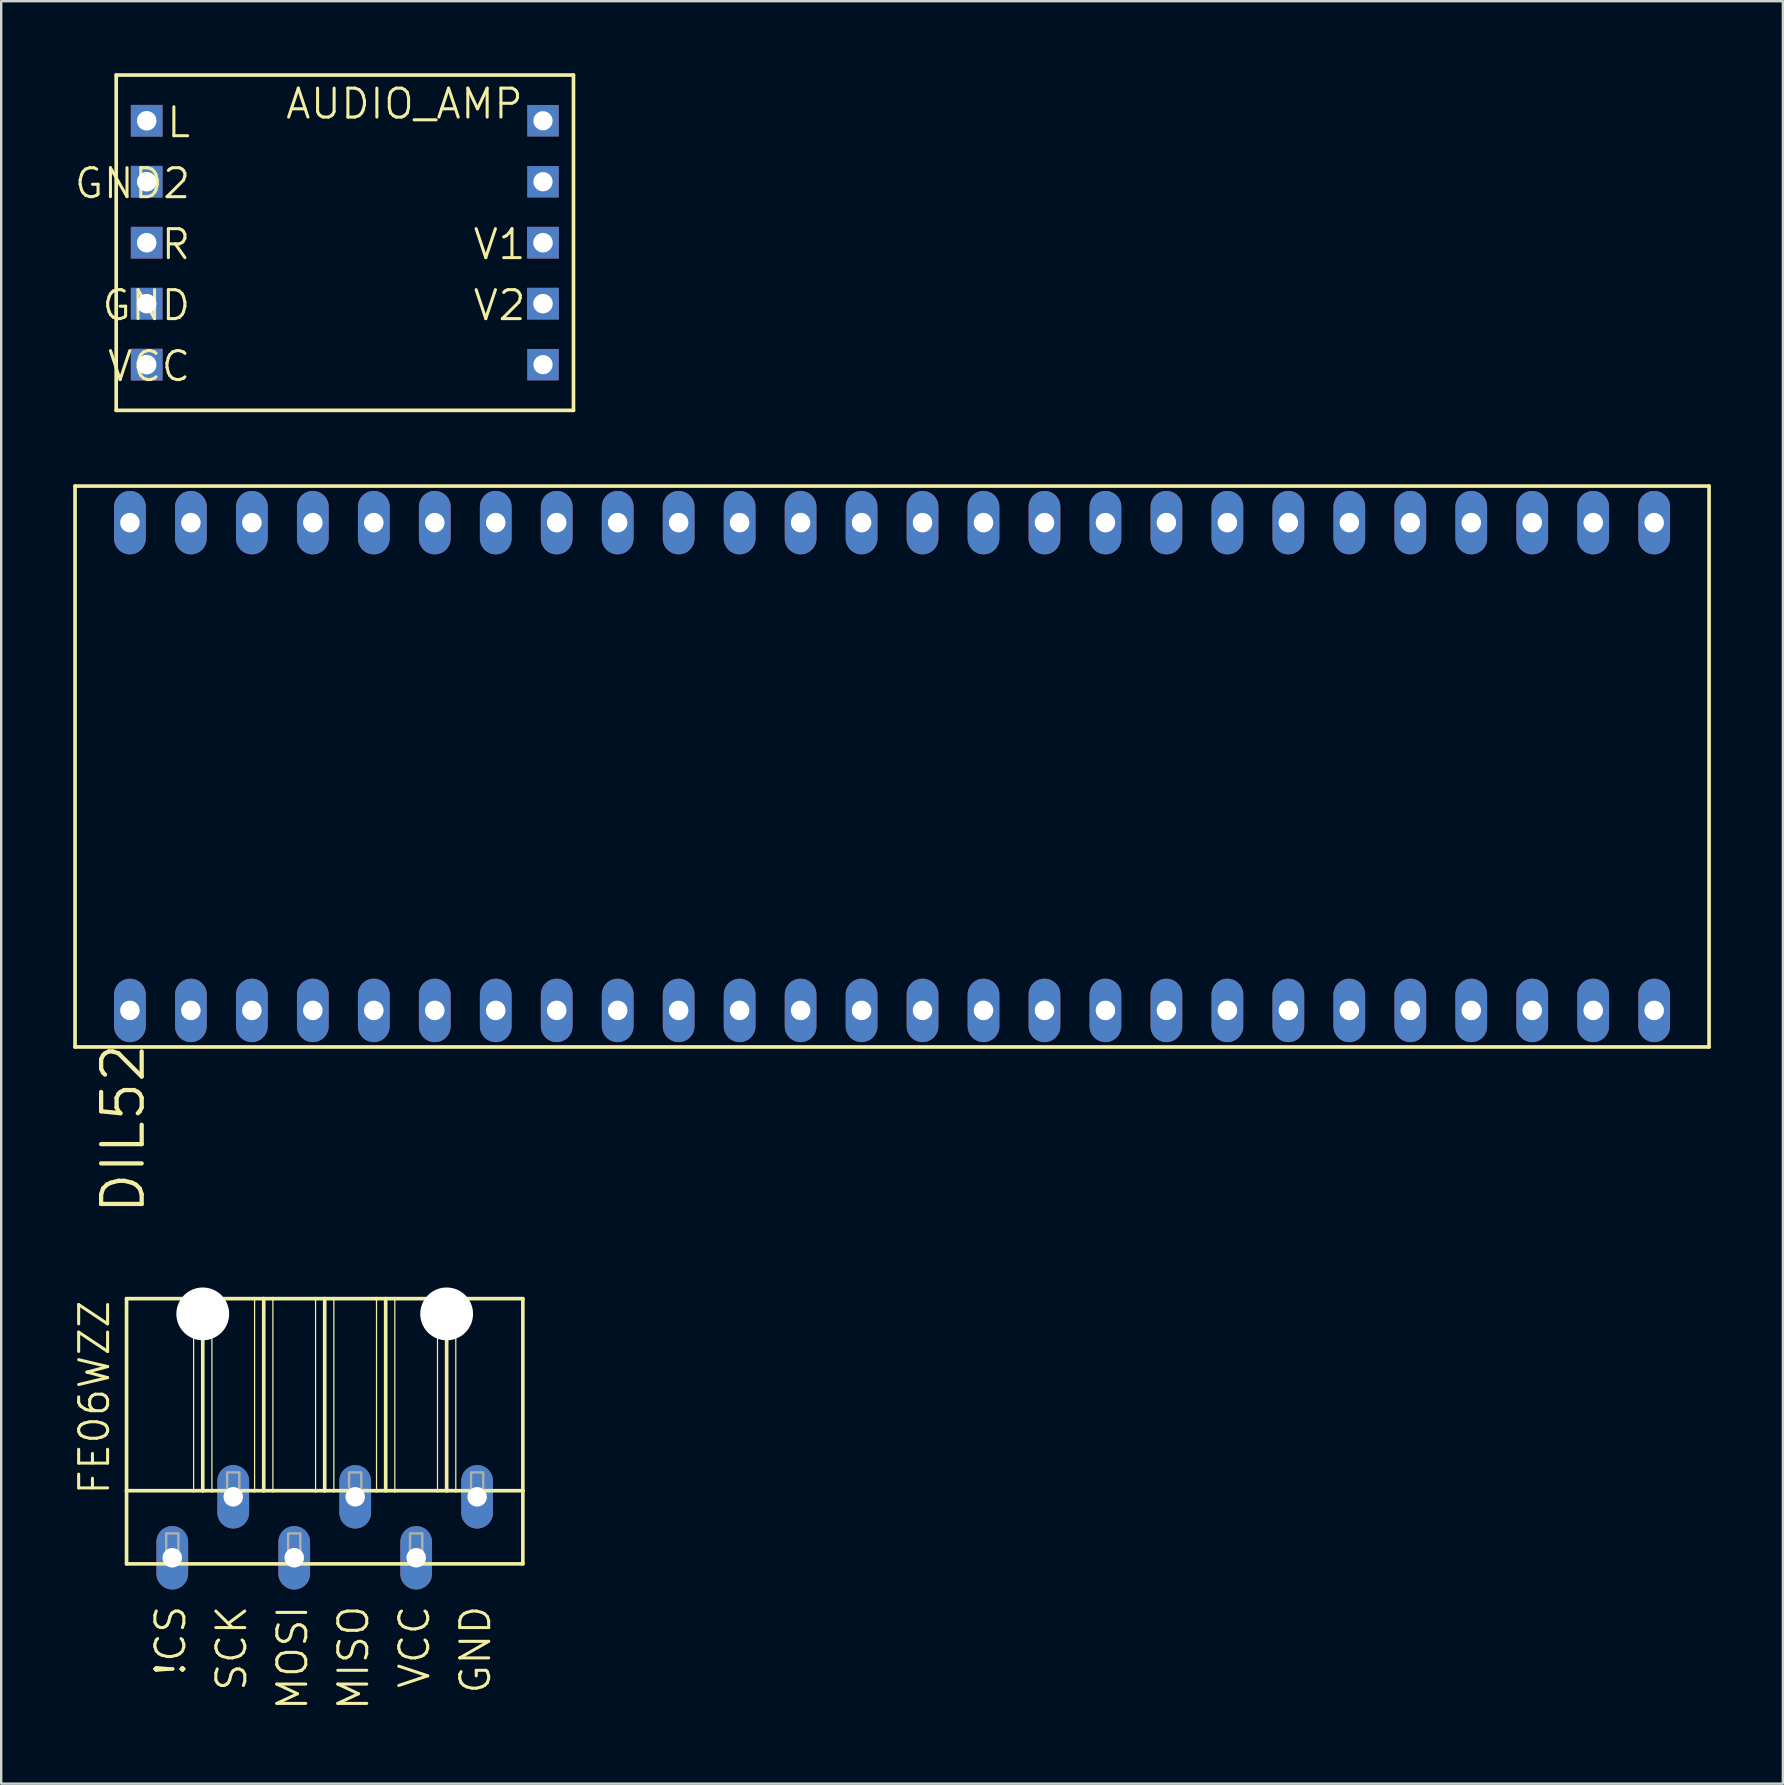
<source format=kicad_pcb>
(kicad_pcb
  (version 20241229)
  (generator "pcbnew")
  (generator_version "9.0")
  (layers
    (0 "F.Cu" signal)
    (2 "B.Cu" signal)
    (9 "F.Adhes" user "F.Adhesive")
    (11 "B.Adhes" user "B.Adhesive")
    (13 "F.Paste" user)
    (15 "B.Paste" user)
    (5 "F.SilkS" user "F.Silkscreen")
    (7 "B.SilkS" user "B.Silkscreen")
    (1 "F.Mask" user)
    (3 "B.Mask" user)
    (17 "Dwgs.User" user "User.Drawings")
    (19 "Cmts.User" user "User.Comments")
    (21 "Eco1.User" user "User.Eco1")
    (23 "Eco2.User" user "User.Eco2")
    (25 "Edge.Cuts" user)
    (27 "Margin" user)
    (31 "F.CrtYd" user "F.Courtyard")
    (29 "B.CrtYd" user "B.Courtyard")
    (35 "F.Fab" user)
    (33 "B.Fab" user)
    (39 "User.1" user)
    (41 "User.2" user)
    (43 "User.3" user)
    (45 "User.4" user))
  (footprint "FE06WZZ"
    (layer "F.Cu")
    (at 10.477 58.036)
    (property "Reference" "FE06WZZ" (at -8.89 1.27 90) (layer "F.SilkS") (effects (font (size 1.206 1.206) (thickness 0.127)) (justify left bottom)))
    (attr through_hole)
    (fp_line (start -8.255 -6.985) (end -5.461 -6.985) (stroke (width 0.152) (type solid)) (layer "F.SilkS"))
    (fp_line (start -8.255 1.016) (end -8.255 -6.985) (stroke (width 0.152) (type solid)) (layer "F.SilkS"))
    (fp_line (start -8.255 1.016) (end -5.461 1.016) (stroke (width 0.152) (type solid)) (layer "F.SilkS"))
    (fp_line (start -8.255 4.064) (end -8.255 1.016) (stroke (width 0.152) (type solid)) (layer "F.SilkS"))
    (fp_line (start -8.255 4.064) (end 8.255 4.064) (stroke (width 0.152) (type solid)) (layer "F.SilkS"))
    (fp_line (start -5.461 -6.985) (end -5.461 1.016) (stroke (width 0.051) (type solid)) (layer "F.SilkS"))
    (fp_line (start -5.461 -6.985) (end -5.08 -6.985) (stroke (width 0.152) (type solid)) (layer "F.SilkS"))
    (fp_line (start -5.461 1.016) (end -5.08 1.016) (stroke (width 0.152) (type solid)) (layer "F.SilkS"))
    (fp_line (start -5.08 -6.985) (end -5.08 1.016) (stroke (width 0.152) (type solid)) (layer "F.SilkS"))
    (fp_line (start -5.08 -6.985) (end -4.699 -6.985) (stroke (width 0.152) (type solid)) (layer "F.SilkS"))
    (fp_line (start -5.08 1.016) (end -4.699 1.016) (stroke (width 0.152) (type solid)) (layer "F.SilkS"))
    (fp_line (start -4.699 -6.985) (end -4.699 1.016) (stroke (width 0.051) (type solid)) (layer "F.SilkS"))
    (fp_line (start -4.699 -6.985) (end -2.921 -6.985) (stroke (width 0.152) (type solid)) (layer "F.SilkS"))
    (fp_line (start -4.699 1.016) (end -2.921 1.016) (stroke (width 0.152) (type solid)) (layer "F.SilkS"))
    (fp_line (start -2.921 -6.985) (end -2.921 1.016) (stroke (width 0.051) (type solid)) (layer "F.SilkS"))
    (fp_line (start -2.921 -6.985) (end -2.54 -6.985) (stroke (width 0.152) (type solid)) (layer "F.SilkS"))
    (fp_line (start -2.921 1.016) (end -2.54 1.016) (stroke (width 0.152) (type solid)) (layer "F.SilkS"))
    (fp_line (start -2.54 -6.985) (end -2.54 1.016) (stroke (width 0.152) (type solid)) (layer "F.SilkS"))
    (fp_line (start -2.54 -6.985) (end -2.159 -6.985) (stroke (width 0.152) (type solid)) (layer "F.SilkS"))
    (fp_line (start -2.54 1.016) (end -2.159 1.016) (stroke (width 0.152) (type solid)) (layer "F.SilkS"))
    (fp_line (start -2.159 -6.985) (end -2.159 1.016) (stroke (width 0.051) (type solid)) (layer "F.SilkS"))
    (fp_line (start -2.159 -6.985) (end -0.381 -6.985) (stroke (width 0.152) (type solid)) (layer "F.SilkS"))
    (fp_line (start -2.159 1.016) (end -0.381 1.016) (stroke (width 0.152) (type solid)) (layer "F.SilkS"))
    (fp_line (start -0.381 -6.985) (end -0.381 1.016) (stroke (width 0.051) (type solid)) (layer "F.SilkS"))
    (fp_line (start -0.381 -6.985) (end 0 -6.985) (stroke (width 0.152) (type solid)) (layer "F.SilkS"))
    (fp_line (start -0.381 1.016) (end 0 1.016) (stroke (width 0.152) (type solid)) (layer "F.SilkS"))
    (fp_line (start 0 -6.985) (end 0 1.016) (stroke (width 0.152) (type solid)) (layer "F.SilkS"))
    (fp_line (start 0 -6.985) (end 0.381 -6.985) (stroke (width 0.152) (type solid)) (layer "F.SilkS"))
    (fp_line (start 0 1.016) (end 0.381 1.016) (stroke (width 0.152) (type solid)) (layer "F.SilkS"))
    (fp_line (start 0.381 -6.985) (end 0.381 1.016) (stroke (width 0.051) (type solid)) (layer "F.SilkS"))
    (fp_line (start 0.381 -6.985) (end 2.159 -6.985) (stroke (width 0.152) (type solid)) (layer "F.SilkS"))
    (fp_line (start 0.381 1.016) (end 2.159 1.016) (stroke (width 0.152) (type solid)) (layer "F.SilkS"))
    (fp_line (start 2.159 -6.985) (end 2.159 1.016) (stroke (width 0.051) (type solid)) (layer "F.SilkS"))
    (fp_line (start 2.159 -6.985) (end 2.54 -6.985) (stroke (width 0.152) (type solid)) (layer "F.SilkS"))
    (fp_line (start 2.159 1.016) (end 2.54 1.016) (stroke (width 0.152) (type solid)) (layer "F.SilkS"))
    (fp_line (start 2.54 -6.985) (end 2.54 1.016) (stroke (width 0.152) (type solid)) (layer "F.SilkS"))
    (fp_line (start 2.54 -6.985) (end 2.921 -6.985) (stroke (width 0.152) (type solid)) (layer "F.SilkS"))
    (fp_line (start 2.54 1.016) (end 2.921 1.016) (stroke (width 0.152) (type solid)) (layer "F.SilkS"))
    (fp_line (start 2.921 -6.985) (end 2.921 1.016) (stroke (width 0.051) (type solid)) (layer "F.SilkS"))
    (fp_line (start 2.921 -6.985) (end 4.699 -6.985) (stroke (width 0.152) (type solid)) (layer "F.SilkS"))
    (fp_line (start 2.921 1.016) (end 4.699 1.016) (stroke (width 0.152) (type solid)) (layer "F.SilkS"))
    (fp_line (start 4.699 -6.985) (end 4.699 1.016) (stroke (width 0.051) (type solid)) (layer "F.SilkS"))
    (fp_line (start 4.699 -6.985) (end 5.08 -6.985) (stroke (width 0.152) (type solid)) (layer "F.SilkS"))
    (fp_line (start 4.699 1.016) (end 5.08 1.016) (stroke (width 0.152) (type solid)) (layer "F.SilkS"))
    (fp_line (start 5.08 -6.985) (end 5.08 1.016) (stroke (width 0.152) (type solid)) (layer "F.SilkS"))
    (fp_line (start 5.08 -6.985) (end 5.461 -6.985) (stroke (width 0.152) (type solid)) (layer "F.SilkS"))
    (fp_line (start 5.08 1.016) (end 5.461 1.016) (stroke (width 0.152) (type solid)) (layer "F.SilkS"))
    (fp_line (start 5.461 -6.985) (end 5.461 1.016) (stroke (width 0.051) (type solid)) (layer "F.SilkS"))
    (fp_line (start 5.461 -6.985) (end 8.255 -6.985) (stroke (width 0.152) (type solid)) (layer "F.SilkS"))
    (fp_line (start 5.461 1.016) (end 8.255 1.016) (stroke (width 0.152) (type solid)) (layer "F.SilkS"))
    (fp_line (start 8.255 -6.985) (end 8.255 1.016) (stroke (width 0.152) (type solid)) (layer "F.SilkS"))
    (fp_line (start 8.255 1.016) (end 8.255 4.064) (stroke (width 0.152) (type solid)) (layer "F.SilkS"))
    (fp_poly (pts (xy -6.604 3.81) (xy -6.096 3.81) (xy -6.096 2.794) (xy -6.604 2.794)) (stroke (width 0.1) (type solid)) (fill no) (layer "F.Fab"))
    (fp_poly (pts (xy -4.064 1.27) (xy -3.556 1.27) (xy -3.556 0.254) (xy -4.064 0.254)) (stroke (width 0.1) (type solid)) (fill no) (layer "F.Fab"))
    (fp_poly (pts (xy -1.524 3.81) (xy -1.016 3.81) (xy -1.016 2.794) (xy -1.524 2.794)) (stroke (width 0.1) (type solid)) (fill no) (layer "F.Fab"))
    (fp_poly (pts (xy 1.016 1.27) (xy 1.524 1.27) (xy 1.524 0.254) (xy 1.016 0.254)) (stroke (width 0.1) (type solid)) (fill no) (layer "F.Fab"))
    (fp_poly (pts (xy 3.556 3.81) (xy 4.064 3.81) (xy 4.064 2.794) (xy 3.556 2.794)) (stroke (width 0.1) (type solid)) (fill no) (layer "F.Fab"))
    (fp_poly (pts (xy 6.096 1.27) (xy 6.604 1.27) (xy 6.604 0.254) (xy 6.096 0.254)) (stroke (width 0.1) (type solid)) (fill no) (layer "F.Fab"))
    (fp_text user "MOSI" (at -0.635 5.715 90) (layer "F.SilkS") (effects (font (size 1.206 1.206) (thickness 0.127)) (justify right bottom)))
    (fp_text user "GND" (at 6.985 5.715 90) (layer "F.SilkS") (effects (font (size 1.206 1.206) (thickness 0.127)) (justify right bottom)))
    (fp_text user "MISO" (at 1.905 5.715 90) (layer "F.SilkS") (effects (font (size 1.206 1.206) (thickness 0.127)) (justify right bottom)))
    (fp_text user "VCC" (at 4.445 5.715 90) (layer "F.SilkS") (effects (font (size 1.206 1.206) (thickness 0.127)) (justify right bottom)))
    (fp_text user "!CS" (at -5.715 5.715 90) (layer "F.SilkS") (effects (font (size 1.206 1.206) (thickness 0.127)) (justify right bottom)))
    (fp_text user "SCK" (at -3.175 5.715 90) (layer "F.SilkS") (effects (font (size 1.206 1.206) (thickness 0.127)) (justify right bottom)))
    (pad "" np_thru_hole circle (at -5.08 -6.35) (size 2.2 2.2) (drill 2.2) (layers "*.Cu" "*.Mask"))
    (pad "" np_thru_hole circle (at 5.08 -6.35) (size 2.2 2.2) (drill 2.2) (layers "*.Cu" "*.Mask"))
    (pad "1" thru_hole oval (at -6.35 3.81 90) (size 2.642 1.321) (drill 0.813) (layers "*.Cu" "*.Mask"))
    (pad "2" thru_hole oval (at -3.81 1.27 90) (size 2.642 1.321) (drill 0.813) (layers "*.Cu" "*.Mask"))
    (pad "3" thru_hole oval (at -1.27 3.81 90) (size 2.642 1.321) (drill 0.813) (layers "*.Cu" "*.Mask"))
    (pad "4" thru_hole oval (at 1.27 1.27 90) (size 2.642 1.321) (drill 0.813) (layers "*.Cu" "*.Mask"))
    (pad "5" thru_hole oval (at 3.81 3.81 90) (size 2.642 1.321) (drill 0.813) (layers "*.Cu" "*.Mask"))
    (pad "6" thru_hole oval (at 6.35 1.27 90) (size 2.642 1.321) (drill 0.813) (layers "*.Cu" "*.Mask")))
  (footprint "AUDIO_AMP"
    (layer "F.Cu")
    (at 11.316 7.061)
    (property "Reference" "AUDIO_AMP" (at -2.54 -5.08 0) (layer "F.SilkS") (effects (font (size 1.206 1.206) (thickness 0.127)) (justify left bottom)))
    (attr through_hole)
    (fp_line (start -9.525 -6.985) (end 9.525 -6.985) (stroke (width 0.152) (type solid)) (layer "F.SilkS"))
    (fp_line (start -9.525 6.985) (end -9.525 -6.985) (stroke (width 0.152) (type solid)) (layer "F.SilkS"))
    (fp_line (start -9.525 6.985) (end 9.525 6.985) (stroke (width 0.152) (type solid)) (layer "F.SilkS"))
    (fp_line (start 9.525 -6.985) (end 9.525 6.985) (stroke (width 0.152) (type solid)) (layer "F.SilkS"))
    (fp_text user "L" (at -6.35 -5.715 0) (layer "F.SilkS") (effects (font (size 1.206 1.206) (thickness 0.127)) (justify right top)))
    (fp_text user "R" (at -6.35 -0.635 0) (layer "F.SilkS") (effects (font (size 1.206 1.206) (thickness 0.127)) (justify right top)))
    (fp_text user "VCC" (at -6.35 4.445 0) (layer "F.SilkS") (effects (font (size 1.206 1.206) (thickness 0.127)) (justify right top)))
    (fp_text user "V1" (at 7.62 -0.635 0) (layer "F.SilkS") (effects (font (size 1.206 1.206) (thickness 0.127)) (justify right top)))
    (fp_text user "GND" (at -6.35 1.905 0) (layer "F.SilkS") (effects (font (size 1.206 1.206) (thickness 0.127)) (justify right top)))
    (fp_text user "GND2" (at -6.35 -3.175 0) (layer "F.SilkS") (effects (font (size 1.206 1.206) (thickness 0.127)) (justify right top)))
    (fp_text user "V2" (at 7.62 1.905 0) (layer "F.SilkS") (effects (font (size 1.206 1.206) (thickness 0.127)) (justify right top)))
    (pad "GND" thru_hole rect (at -8.255 2.54 180) (size 1.321 1.321) (drill 0.813) (layers "*.Cu" "*.Mask"))
    (pad "GND2" thru_hole rect (at -8.255 -2.54 180) (size 1.321 1.321) (drill 0.813) (layers "*.Cu" "*.Mask"))
    (pad "L" thru_hole rect (at -8.255 -5.08 180) (size 1.321 1.321) (drill 0.813) (layers "*.Cu" "*.Mask"))
    (pad "P$1" thru_hole rect (at 8.255 -5.08) (size 1.308 1.308) (drill 0.8) (layers "*.Cu" "*.Mask"))
    (pad "P$2" thru_hole rect (at 8.255 -2.54) (size 1.308 1.308) (drill 0.8) (layers "*.Cu" "*.Mask"))
    (pad "P$3" thru_hole rect (at 8.255 5.08) (size 1.308 1.308) (drill 0.8) (layers "*.Cu" "*.Mask"))
    (pad "R" thru_hole rect (at -8.255 0 180) (size 1.321 1.321) (drill 0.813) (layers "*.Cu" "*.Mask"))
    (pad "V1" thru_hole rect (at 8.255 0 180) (size 1.321 1.321) (drill 0.813) (layers "*.Cu" "*.Mask"))
    (pad "V2" thru_hole rect (at 8.255 2.54 180) (size 1.321 1.321) (drill 0.813) (layers "*.Cu" "*.Mask"))
    (pad "VCC" thru_hole rect (at -8.255 5.08 180) (size 1.321 1.321) (drill 0.813) (layers "*.Cu" "*.Mask")))
  (footprint "DIL52"
    (layer "F.Cu")
    (at 34.112 26.343)
    (property "Reference" "DIL52" (at -33.02 13.97 90) (layer "F.SilkS") (effects (font (size 1.689 1.689) (thickness 0.178)) (justify right top)))
    (attr through_hole)
    (fp_line (start -34.036 -9.144) (end -34.036 14.224) (stroke (width 0.152) (type solid)) (layer "F.SilkS"))
    (fp_line (start -34.036 -9.144) (end 34.036 -9.144) (stroke (width 0.152) (type solid)) (layer "F.SilkS"))
    (fp_line (start -34.036 14.224) (end 34.036 14.224) (stroke (width 0.152) (type solid)) (layer "F.SilkS"))
    (fp_line (start 34.036 14.224) (end 34.036 -9.144) (stroke (width 0.152) (type solid)) (layer "F.SilkS"))
    (pad "1" thru_hole oval (at -31.75 12.7 90) (size 2.642 1.321) (drill 0.813) (layers "*.Cu" "*.Mask"))
    (pad "2" thru_hole oval (at -29.21 12.7 90) (size 2.642 1.321) (drill 0.813) (layers "*.Cu" "*.Mask"))
    (pad "3" thru_hole oval (at -26.67 12.7 90) (size 2.642 1.321) (drill 0.813) (layers "*.Cu" "*.Mask"))
    (pad "4" thru_hole oval (at -24.13 12.7 90) (size 2.642 1.321) (drill 0.813) (layers "*.Cu" "*.Mask"))
    (pad "5" thru_hole oval (at -21.59 12.7 90) (size 2.642 1.321) (drill 0.813) (layers "*.Cu" "*.Mask"))
    (pad "6" thru_hole oval (at -19.05 12.7 90) (size 2.642 1.321) (drill 0.813) (layers "*.Cu" "*.Mask"))
    (pad "7" thru_hole oval (at -16.51 12.7 90) (size 2.642 1.321) (drill 0.813) (layers "*.Cu" "*.Mask"))
    (pad "8" thru_hole oval (at -13.97 12.7 90) (size 2.642 1.321) (drill 0.813) (layers "*.Cu" "*.Mask"))
    (pad "9" thru_hole oval (at -11.43 12.7 90) (size 2.642 1.321) (drill 0.813) (layers "*.Cu" "*.Mask"))
    (pad "10" thru_hole oval (at -8.89 12.7 90) (size 2.642 1.321) (drill 0.813) (layers "*.Cu" "*.Mask"))
    (pad "11" thru_hole oval (at -6.35 12.7 90) (size 2.642 1.321) (drill 0.813) (layers "*.Cu" "*.Mask"))
    (pad "12" thru_hole oval (at -3.81 12.7 90) (size 2.642 1.321) (drill 0.813) (layers "*.Cu" "*.Mask"))
    (pad "13" thru_hole oval (at -1.27 12.7 90) (size 2.642 1.321) (drill 0.813) (layers "*.Cu" "*.Mask"))
    (pad "14" thru_hole oval (at 1.27 12.7 90) (size 2.642 1.321) (drill 0.813) (layers "*.Cu" "*.Mask"))
    (pad "15" thru_hole oval (at 3.81 12.7 90) (size 2.642 1.321) (drill 0.813) (layers "*.Cu" "*.Mask"))
    (pad "16" thru_hole oval (at 6.35 12.7 90) (size 2.642 1.321) (drill 0.813) (layers "*.Cu" "*.Mask"))
    (pad "17" thru_hole oval (at 8.89 12.7 90) (size 2.642 1.321) (drill 0.813) (layers "*.Cu" "*.Mask"))
    (pad "18" thru_hole oval (at 11.43 12.7 90) (size 2.642 1.321) (drill 0.813) (layers "*.Cu" "*.Mask"))
    (pad "19" thru_hole oval (at 13.97 12.7 90) (size 2.642 1.321) (drill 0.813) (layers "*.Cu" "*.Mask"))
    (pad "20" thru_hole oval (at 16.51 12.7 90) (size 2.642 1.321) (drill 0.813) (layers "*.Cu" "*.Mask"))
    (pad "21" thru_hole oval (at 19.05 12.7 90) (size 2.642 1.321) (drill 0.813) (layers "*.Cu" "*.Mask"))
    (pad "22" thru_hole oval (at 21.59 12.7 90) (size 2.642 1.321) (drill 0.813) (layers "*.Cu" "*.Mask"))
    (pad "23" thru_hole oval (at 24.13 12.7 90) (size 2.642 1.321) (drill 0.813) (layers "*.Cu" "*.Mask"))
    (pad "24" thru_hole oval (at 26.67 12.7 90) (size 2.642 1.321) (drill 0.813) (layers "*.Cu" "*.Mask"))
    (pad "25" thru_hole oval (at 29.21 12.7 90) (size 2.642 1.321) (drill 0.813) (layers "*.Cu" "*.Mask"))
    (pad "26" thru_hole oval (at 31.75 12.7 90) (size 2.642 1.321) (drill 0.813) (layers "*.Cu" "*.Mask"))
    (pad "27" thru_hole oval (at 31.75 -7.62 90) (size 2.642 1.321) (drill 0.813) (layers "*.Cu" "*.Mask"))
    (pad "28" thru_hole oval (at 29.21 -7.62 90) (size 2.642 1.321) (drill 0.813) (layers "*.Cu" "*.Mask"))
    (pad "29" thru_hole oval (at 26.67 -7.62 90) (size 2.642 1.321) (drill 0.813) (layers "*.Cu" "*.Mask"))
    (pad "30" thru_hole oval (at 24.13 -7.62 90) (size 2.642 1.321) (drill 0.813) (layers "*.Cu" "*.Mask"))
    (pad "31" thru_hole oval (at 21.59 -7.62 90) (size 2.642 1.321) (drill 0.813) (layers "*.Cu" "*.Mask"))
    (pad "32" thru_hole oval (at 19.05 -7.62 90) (size 2.642 1.321) (drill 0.813) (layers "*.Cu" "*.Mask"))
    (pad "33" thru_hole oval (at 16.51 -7.62 90) (size 2.642 1.321) (drill 0.813) (layers "*.Cu" "*.Mask"))
    (pad "34" thru_hole oval (at 13.97 -7.62 90) (size 2.642 1.321) (drill 0.813) (layers "*.Cu" "*.Mask"))
    (pad "35" thru_hole oval (at 11.43 -7.62 90) (size 2.642 1.321) (drill 0.813) (layers "*.Cu" "*.Mask"))
    (pad "36" thru_hole oval (at 8.89 -7.62 90) (size 2.642 1.321) (drill 0.813) (layers "*.Cu" "*.Mask"))
    (pad "37" thru_hole oval (at 6.35 -7.62 90) (size 2.642 1.321) (drill 0.813) (layers "*.Cu" "*.Mask"))
    (pad "38" thru_hole oval (at 3.81 -7.62 90) (size 2.642 1.321) (drill 0.813) (layers "*.Cu" "*.Mask"))
    (pad "39" thru_hole oval (at 1.27 -7.62 90) (size 2.642 1.321) (drill 0.813) (layers "*.Cu" "*.Mask"))
    (pad "40" thru_hole oval (at -1.27 -7.62 90) (size 2.642 1.321) (drill 0.813) (layers "*.Cu" "*.Mask"))
    (pad "41" thru_hole oval (at -3.81 -7.62 90) (size 2.642 1.321) (drill 0.813) (layers "*.Cu" "*.Mask"))
    (pad "42" thru_hole oval (at -6.35 -7.62 90) (size 2.642 1.321) (drill 0.813) (layers "*.Cu" "*.Mask"))
    (pad "43" thru_hole oval (at -8.89 -7.62 90) (size 2.642 1.321) (drill 0.813) (layers "*.Cu" "*.Mask"))
    (pad "44" thru_hole oval (at -11.43 -7.62 90) (size 2.642 1.321) (drill 0.813) (layers "*.Cu" "*.Mask"))
    (pad "45" thru_hole oval (at -13.97 -7.62 90) (size 2.642 1.321) (drill 0.813) (layers "*.Cu" "*.Mask"))
    (pad "46" thru_hole oval (at -16.51 -7.62 90) (size 2.642 1.321) (drill 0.813) (layers "*.Cu" "*.Mask"))
    (pad "47" thru_hole oval (at -19.05 -7.62 90) (size 2.642 1.321) (drill 0.813) (layers "*.Cu" "*.Mask"))
    (pad "48" thru_hole oval (at -21.59 -7.62 90) (size 2.642 1.321) (drill 0.813) (layers "*.Cu" "*.Mask"))
    (pad "49" thru_hole oval (at -24.13 -7.62 90) (size 2.642 1.321) (drill 0.813) (layers "*.Cu" "*.Mask"))
    (pad "50" thru_hole oval (at -26.67 -7.62 90) (size 2.642 1.321) (drill 0.813) (layers "*.Cu" "*.Mask"))
    (pad "51" thru_hole oval (at -29.21 -7.62 90) (size 2.642 1.321) (drill 0.813) (layers "*.Cu" "*.Mask"))
    (pad "52" thru_hole oval (at -31.75 -7.62 90) (size 2.642 1.321) (drill 0.813) (layers "*.Cu" "*.Mask")))
  (gr_rect
    (start -3 -3)
    (end 71.224 71.257)
    (stroke (width 0.1) (type default))
    (fill no)
    (layer "Edge.Cuts")))
</source>
